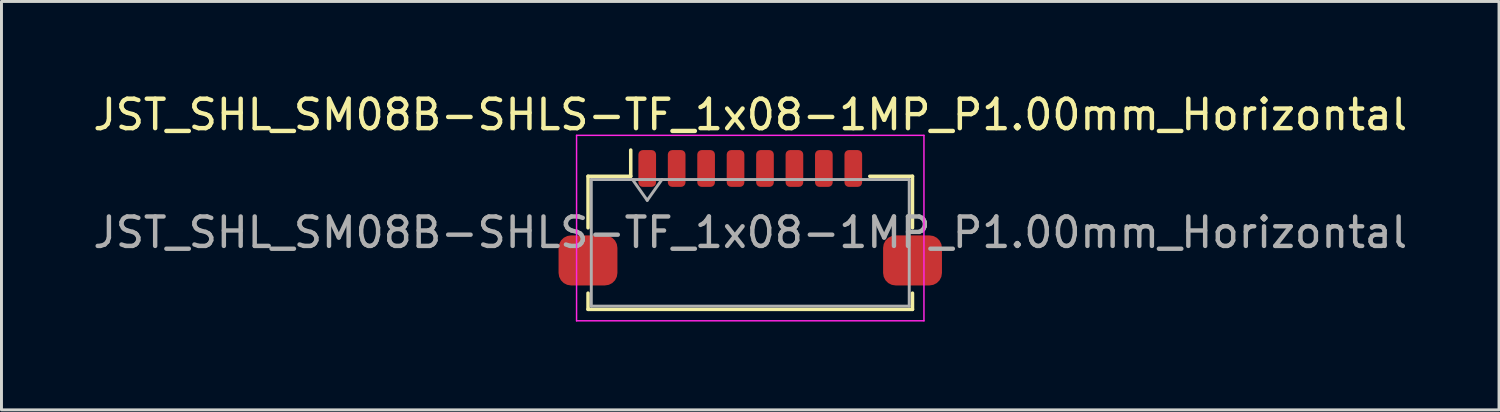
<source format=kicad_pcb>
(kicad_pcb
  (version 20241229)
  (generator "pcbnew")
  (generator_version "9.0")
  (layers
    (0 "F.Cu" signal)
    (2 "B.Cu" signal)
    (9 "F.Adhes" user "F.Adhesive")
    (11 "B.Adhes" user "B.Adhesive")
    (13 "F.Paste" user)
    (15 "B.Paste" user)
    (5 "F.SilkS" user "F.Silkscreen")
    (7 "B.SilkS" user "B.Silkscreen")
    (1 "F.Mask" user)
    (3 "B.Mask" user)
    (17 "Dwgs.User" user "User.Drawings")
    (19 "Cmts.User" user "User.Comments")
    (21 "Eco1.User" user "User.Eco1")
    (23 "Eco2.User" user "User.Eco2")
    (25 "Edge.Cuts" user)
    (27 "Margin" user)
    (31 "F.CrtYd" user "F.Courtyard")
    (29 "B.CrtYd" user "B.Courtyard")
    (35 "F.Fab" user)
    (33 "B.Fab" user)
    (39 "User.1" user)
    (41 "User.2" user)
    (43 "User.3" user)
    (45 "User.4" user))
  (footprint "JST_SHL_SM08B-SHLS-TF_1x08-1MP_P1.00mm_Horizontal"
    (layer "F.Cu")
    (at 22.435 4.348)
    (property "Reference" "JST_SHL_SM08B-SHLS-TF_1x08-1MP_P1.00mm_Horizontal" (at 0 -3.5 0) (layer "F.SilkS") (effects (font (size 1 1) (thickness 0.15))))
    (attr smd)
    (fp_line (start -5.51 -1.41) (end -4.06 -1.41) (stroke (width 0.12) (type solid)) (layer "F.SilkS"))
    (fp_line (start -5.51 0.34) (end -5.51 -1.41) (stroke (width 0.12) (type solid)) (layer "F.SilkS"))
    (fp_line (start -5.51 2.56) (end -5.51 3.11) (stroke (width 0.12) (type solid)) (layer "F.SilkS"))
    (fp_line (start -5.51 3.11) (end 5.51 3.11) (stroke (width 0.12) (type solid)) (layer "F.SilkS"))
    (fp_line (start -4.06 -1.41) (end -4.06 -2.3) (stroke (width 0.12) (type solid)) (layer "F.SilkS"))
    (fp_line (start 5.51 -1.41) (end 4.06 -1.41) (stroke (width 0.12) (type solid)) (layer "F.SilkS"))
    (fp_line (start 5.51 0.34) (end 5.51 -1.41) (stroke (width 0.12) (type solid)) (layer "F.SilkS"))
    (fp_line (start 5.51 3.11) (end 5.51 2.56) (stroke (width 0.12) (type solid)) (layer "F.SilkS"))
    (fp_line (start -5.9 -2.8) (end -5.9 3.5) (stroke (width 0.05) (type solid)) (layer "F.CrtYd"))
    (fp_line (start -5.9 3.5) (end 5.9 3.5) (stroke (width 0.05) (type solid)) (layer "F.CrtYd"))
    (fp_line (start 5.9 -2.8) (end -5.9 -2.8) (stroke (width 0.05) (type solid)) (layer "F.CrtYd"))
    (fp_line (start 5.9 3.5) (end 5.9 -2.8) (stroke (width 0.05) (type solid)) (layer "F.CrtYd"))
    (fp_line (start -5.4 -1.3) (end -5.4 3) (stroke (width 0.1) (type solid)) (layer "F.Fab"))
    (fp_line (start -5.4 -1.3) (end 5.4 -1.3) (stroke (width 0.1) (type solid)) (layer "F.Fab"))
    (fp_line (start -5.4 3) (end 5.4 3) (stroke (width 0.1) (type solid)) (layer "F.Fab"))
    (fp_line (start -4 -1.3) (end -3.5 -0.593) (stroke (width 0.1) (type solid)) (layer "F.Fab"))
    (fp_line (start -3.5 -0.593) (end -3 -1.3) (stroke (width 0.1) (type solid)) (layer "F.Fab"))
    (fp_line (start 5.4 -1.3) (end 5.4 3) (stroke (width 0.1) (type solid)) (layer "F.Fab"))
    (fp_text user "${REFERENCE}" (at 0 0.5 0) (layer "F.Fab") (effects (font (size 1 1) (thickness 0.15))))
    (pad "1" smd roundrect (at -3.5 -1.675) (size 0.6 1.25) (layers "F.Cu" "F.Mask" "F.Paste") (roundrect_rratio 0.25))
    (pad "2" smd roundrect (at -2.5 -1.675) (size 0.6 1.25) (layers "F.Cu" "F.Mask" "F.Paste") (roundrect_rratio 0.25))
    (pad "3" smd roundrect (at -1.5 -1.675) (size 0.6 1.25) (layers "F.Cu" "F.Mask" "F.Paste") (roundrect_rratio 0.25))
    (pad "4" smd roundrect (at -0.5 -1.675) (size 0.6 1.25) (layers "F.Cu" "F.Mask" "F.Paste") (roundrect_rratio 0.25))
    (pad "5" smd roundrect (at 0.5 -1.675) (size 0.6 1.25) (layers "F.Cu" "F.Mask" "F.Paste") (roundrect_rratio 0.25))
    (pad "6" smd roundrect (at 1.5 -1.675) (size 0.6 1.25) (layers "F.Cu" "F.Mask" "F.Paste") (roundrect_rratio 0.25))
    (pad "7" smd roundrect (at 2.5 -1.675) (size 0.6 1.25) (layers "F.Cu" "F.Mask" "F.Paste") (roundrect_rratio 0.25))
    (pad "8" smd roundrect (at 3.5 -1.675) (size 0.6 1.25) (layers "F.Cu" "F.Mask" "F.Paste") (roundrect_rratio 0.25))
    (pad "MP" smd roundrect (at -5.512 1.448) (size 2 1.7) (layers "F.Cu" "F.Mask" "F.Paste") (roundrect_rratio 0.25))
    (pad "MP" smd roundrect (at 5.512 1.448) (size 2 1.7) (layers "F.Cu" "F.Mask" "F.Paste") (roundrect_rratio 0.25)))
  (gr_rect
    (start -3 -3)
    (end 47.869 10.873)
    (stroke (width 0.1) (type default))
    (fill no)
    (layer "Edge.Cuts")))
</source>
